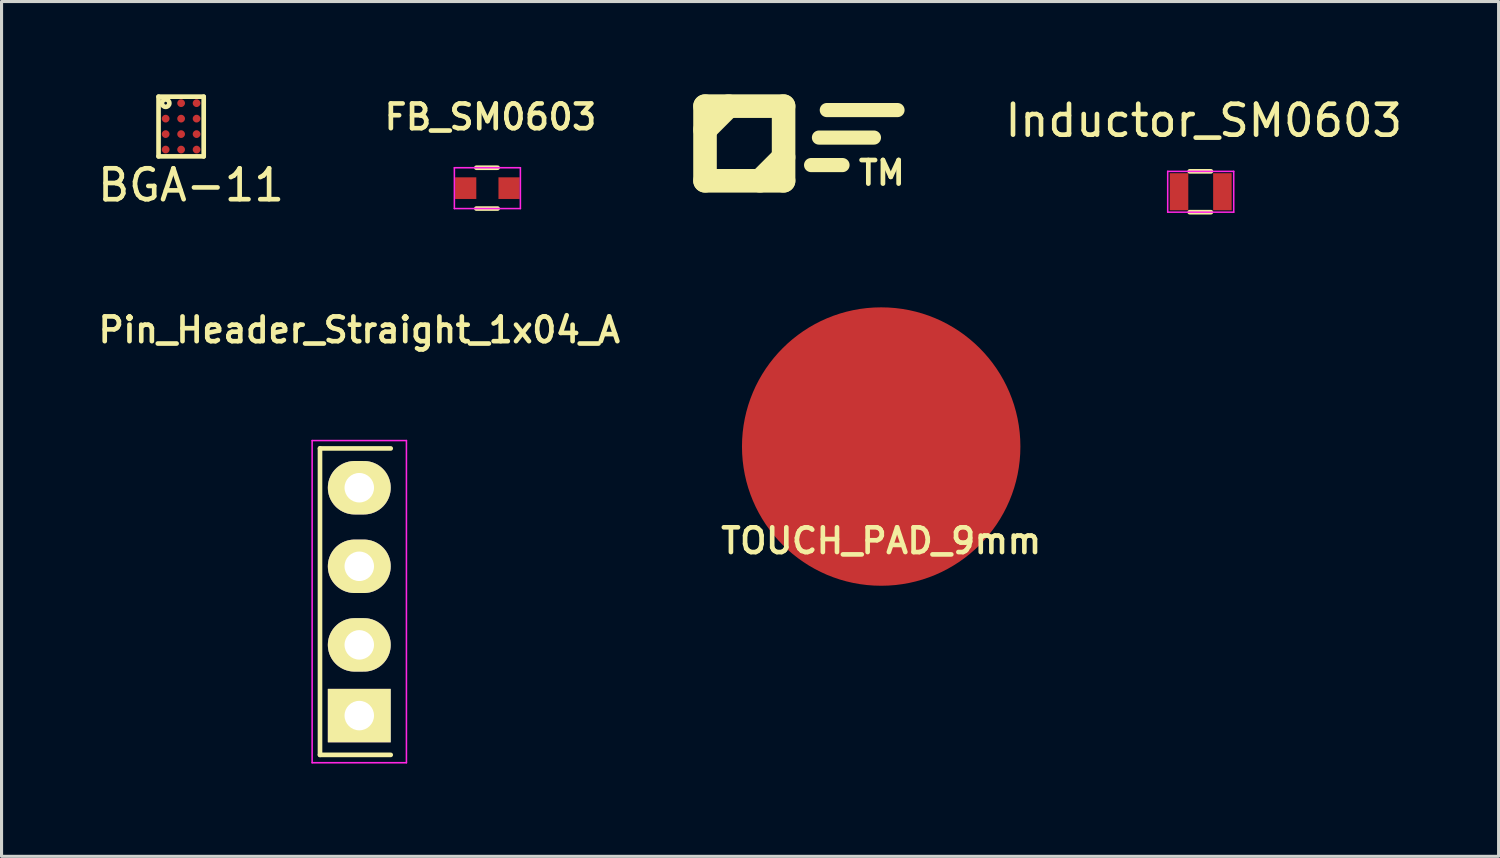
<source format=kicad_pcb>
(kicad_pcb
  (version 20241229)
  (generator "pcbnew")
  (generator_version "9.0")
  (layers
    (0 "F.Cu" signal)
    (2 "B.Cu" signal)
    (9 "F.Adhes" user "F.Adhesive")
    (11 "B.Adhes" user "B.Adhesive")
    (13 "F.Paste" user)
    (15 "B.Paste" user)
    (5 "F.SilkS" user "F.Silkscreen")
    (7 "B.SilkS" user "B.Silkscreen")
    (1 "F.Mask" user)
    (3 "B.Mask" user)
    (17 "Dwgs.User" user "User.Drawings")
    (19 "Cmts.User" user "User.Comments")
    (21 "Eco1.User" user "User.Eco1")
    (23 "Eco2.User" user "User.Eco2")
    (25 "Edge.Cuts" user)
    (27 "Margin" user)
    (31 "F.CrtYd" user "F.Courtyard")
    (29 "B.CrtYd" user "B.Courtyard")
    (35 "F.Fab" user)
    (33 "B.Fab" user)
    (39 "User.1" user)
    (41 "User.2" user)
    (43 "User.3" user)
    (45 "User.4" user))
  (footprint "FB_SM0603"
    (layer "F.Cu")
    (at 12.705 3.032)
    (property "Reference" "FB_SM0603" (at 0.099 -2.301 0) (layer "F.SilkS") (effects (font (size 0.8 0.8) (thickness 0.15))))
    (attr smd)
    (fp_line (start -0.356 -0.66) (end 0.33 -0.66) (stroke (width 0.15) (type solid)) (layer "F.SilkS"))
    (fp_line (start -0.356 0.66) (end 0.33 0.66) (stroke (width 0.15) (type solid)) (layer "F.SilkS"))
    (fp_line (start -1.067 -0.66) (end 1.067 -0.66) (stroke (width 0.05) (type solid)) (layer "F.CrtYd"))
    (fp_line (start -1.067 0.66) (end -1.067 -0.66) (stroke (width 0.05) (type solid)) (layer "F.CrtYd"))
    (fp_line (start 1.067 -0.66) (end 1.067 0.66) (stroke (width 0.05) (type solid)) (layer "F.CrtYd"))
    (fp_line (start 1.067 0.66) (end -1.067 0.66) (stroke (width 0.05) (type solid)) (layer "F.CrtYd"))
    (pad "1" smd rect (at -0.701 0) (size 0.686 0.7) (layers "F.Cu" "F.Mask" "F.Paste"))
    (pad "2" smd rect (at 0.701 0) (size 0.686 0.7) (layers "F.Cu" "F.Mask" "F.Paste")))
  (footprint "Inductor_SM0603"
    (layer "F.Cu")
    (at 35.764 3.149)
    (property "Reference" "Inductor_SM0603" (at 0.099 -2.301 0) (layer "F.SilkS") (effects (font (size 1 1) (thickness 0.15))))
    (attr smd)
    (fp_line (start -0.356 -0.66) (end 0.33 -0.66) (stroke (width 0.15) (type solid)) (layer "F.SilkS"))
    (fp_line (start -0.356 0.66) (end 0.33 0.66) (stroke (width 0.15) (type solid)) (layer "F.SilkS"))
    (fp_line (start -1.067 -0.66) (end 1.067 -0.66) (stroke (width 0.05) (type solid)) (layer "F.CrtYd"))
    (fp_line (start -1.067 0.66) (end -1.067 -0.66) (stroke (width 0.05) (type solid)) (layer "F.CrtYd"))
    (fp_line (start 1.067 -0.66) (end 1.067 0.66) (stroke (width 0.05) (type solid)) (layer "F.CrtYd"))
    (fp_line (start 1.067 0.66) (end -1.067 0.66) (stroke (width 0.05) (type solid)) (layer "F.CrtYd"))
    (pad "1" smd rect (at -0.701 0) (size 0.599 1.199) (layers "F.Cu" "F.Mask" "F.Paste"))
    (pad "2" smd rect (at 0.701 0) (size 0.599 1.199) (layers "F.Cu" "F.Mask" "F.Paste")))
  (footprint "FST-LOGO"
    (layer "F.Cu")
    (at 21.01 1.651)
    (property "Reference" "FST-LOGO" (at 0 -1.27 0) (layer "F.SilkS") (effects (font (size 0.152 0.152) (thickness 0.038))))
    (attr through_hole)
    (fp_line (start -1.27 -1.27) (end 1.27 -1.27) (stroke (width 0.762) (type solid)) (layer "F.SilkS"))
    (fp_line (start -1.27 1.143) (end -1.27 -1.27) (stroke (width 0.762) (type solid)) (layer "F.SilkS"))
    (fp_line (start -0.508 -1.27) (end -1.27 -0.508) (stroke (width 0.762) (type solid)) (layer "F.SilkS"))
    (fp_line (start 1.27 -1.27) (end 1.27 1.143) (stroke (width 0.762) (type solid)) (layer "F.SilkS"))
    (fp_line (start 1.27 0.381) (end 0.508 1.143) (stroke (width 0.762) (type solid)) (layer "F.SilkS"))
    (fp_line (start 1.27 1.143) (end -1.27 1.143) (stroke (width 0.762) (type solid)) (layer "F.SilkS"))
    (fp_line (start 2.159 0.635) (end 3.175 0.635) (stroke (width 0.457) (type solid)) (layer "F.SilkS"))
    (fp_line (start 2.413 -0.254) (end 4.191 -0.254) (stroke (width 0.457) (type solid)) (layer "F.SilkS"))
    (fp_line (start 2.667 -1.143) (end 4.953 -1.143) (stroke (width 0.457) (type solid)) (layer "F.SilkS"))
    (fp_text user "TM" (at 4.445 0.889 0) (layer "F.SilkS") (effects (font (size 0.762 0.762) (thickness 0.152)))))
  (footprint "BGA-11"
    (layer "F.Cu")
    (at 2.805 1.485)
    (property "Reference" "BGA-11" (at 0.32 1.45 0) (layer "F.SilkS") (effects (font (size 1 1) (thickness 0.15))))
    (attr through_hole)
    (fp_line (start -0.73 -1.41) (end 0.73 -1.41) (stroke (width 0.15) (type solid)) (layer "F.SilkS"))
    (fp_line (start -0.73 0.52) (end -0.73 -1.41) (stroke (width 0.15) (type solid)) (layer "F.SilkS"))
    (fp_line (start 0.73 -1.41) (end 0.73 0.52) (stroke (width 0.15) (type solid)) (layer "F.SilkS"))
    (fp_line (start 0.73 0.52) (end -0.73 0.52) (stroke (width 0.15) (type solid)) (layer "F.SilkS"))
    (fp_circle (center -0.5 -1.2) (end -0.54 -1.18) (stroke (width 0.15) (type solid)) (fill no) (layer "F.SilkS"))
    (pad "A2" smd circle (at 0 -1.2) (size 0.25 0.25) (layers "F.Cu" "F.Mask" "F.Paste"))
    (pad "A3" smd circle (at 0.5 -1.2) (size 0.25 0.25) (layers "F.Cu" "F.Mask" "F.Paste"))
    (pad "B1" smd circle (at -0.5 -0.7) (size 0.25 0.25) (layers "F.Cu" "F.Mask" "F.Paste"))
    (pad "B2" smd circle (at 0 -0.7) (size 0.25 0.25) (layers "F.Cu" "F.Mask" "F.Paste"))
    (pad "B3" smd circle (at 0.5 -0.7) (size 0.25 0.25) (layers "F.Cu" "F.Mask" "F.Paste"))
    (pad "C1" smd circle (at -0.5 -0.2) (size 0.25 0.25) (layers "F.Cu" "F.Mask" "F.Paste"))
    (pad "C2" smd circle (at 0 -0.2) (size 0.25 0.25) (layers "F.Cu" "F.Mask" "F.Paste"))
    (pad "C3" smd circle (at 0.5 -0.2) (size 0.25 0.25) (layers "F.Cu" "F.Mask" "F.Paste"))
    (pad "D1" smd circle (at -0.5 0.3) (size 0.25 0.25) (layers "F.Cu" "F.Mask" "F.Paste"))
    (pad "D2" smd circle (at 0 0.3) (size 0.25 0.25) (layers "F.Cu" "F.Mask" "F.Paste"))
    (pad "D3" smd circle (at 0.5 0.3) (size 0.25 0.25) (layers "F.Cu" "F.Mask" "F.Paste")))
  (footprint "Pin_Header_Straight_1x04_A"
    (layer "F.Cu")
    (at 8.564 12.716)
    (property "Reference" "Pin_Header_Straight_1x04_A" (at 0 -5.1 0) (layer "F.SilkS") (effects (font (size 0.8 0.8) (thickness 0.15))))
    (attr through_hole)
    (fp_line (start -1.27 -1.27) (end -1.27 8.636) (stroke (width 0.15) (type solid)) (layer "F.SilkS"))
    (fp_line (start -1.27 8.636) (end 1.016 8.636) (stroke (width 0.15) (type solid)) (layer "F.SilkS"))
    (fp_line (start 1.016 -1.27) (end -1.27 -1.27) (stroke (width 0.15) (type solid)) (layer "F.SilkS"))
    (fp_line (start -1.524 -1.524) (end -1.524 8.89) (stroke (width 0.05) (type solid)) (layer "F.CrtYd"))
    (fp_line (start -1.524 -1.524) (end 1.524 -1.524) (stroke (width 0.05) (type solid)) (layer "F.CrtYd"))
    (fp_line (start -1.524 8.89) (end 1.524 8.89) (stroke (width 0.05) (type solid)) (layer "F.CrtYd"))
    (fp_line (start 1.524 -1.524) (end 1.524 8.89) (stroke (width 0.05) (type solid)) (layer "F.CrtYd"))
    (pad "1" thru_hole oval (at 0 0) (size 2.032 1.727) (drill 0.953) (layers "*.Cu" "*.Mask" "F.SilkS"))
    (pad "2" thru_hole oval (at 0 2.54) (size 2.032 1.727) (drill 0.953) (layers "*.Cu" "*.Mask" "F.SilkS"))
    (pad "3" thru_hole oval (at 0 5.08) (size 2.032 1.727) (drill 0.953) (layers "*.Cu" "*.Mask" "F.SilkS"))
    (pad "4" thru_hole rect (at 0 7.366) (size 2.032 1.727) (drill 0.953) (layers "*.Cu" "*.Mask" "F.SilkS")))
  (footprint "TOUCH_PAD_9mm"
    (layer "F.Cu")
    (at 25.435 11.385)
    (property "Reference" "TOUCH_PAD_9mm" (at 0 3.048 0) (layer "F.SilkS") (effects (font (size 0.8 0.8) (thickness 0.15))))
    (attr through_hole)
    (pad "1" smd circle (at 0 0) (size 9 9) (layers "F.Cu" "F.Mask" "F.Paste")))
  (gr_rect
    (start -3 -3)
    (end 45.393 24.631)
    (stroke (width 0.1) (type default))
    (fill no)
    (layer "Edge.Cuts")))
</source>
